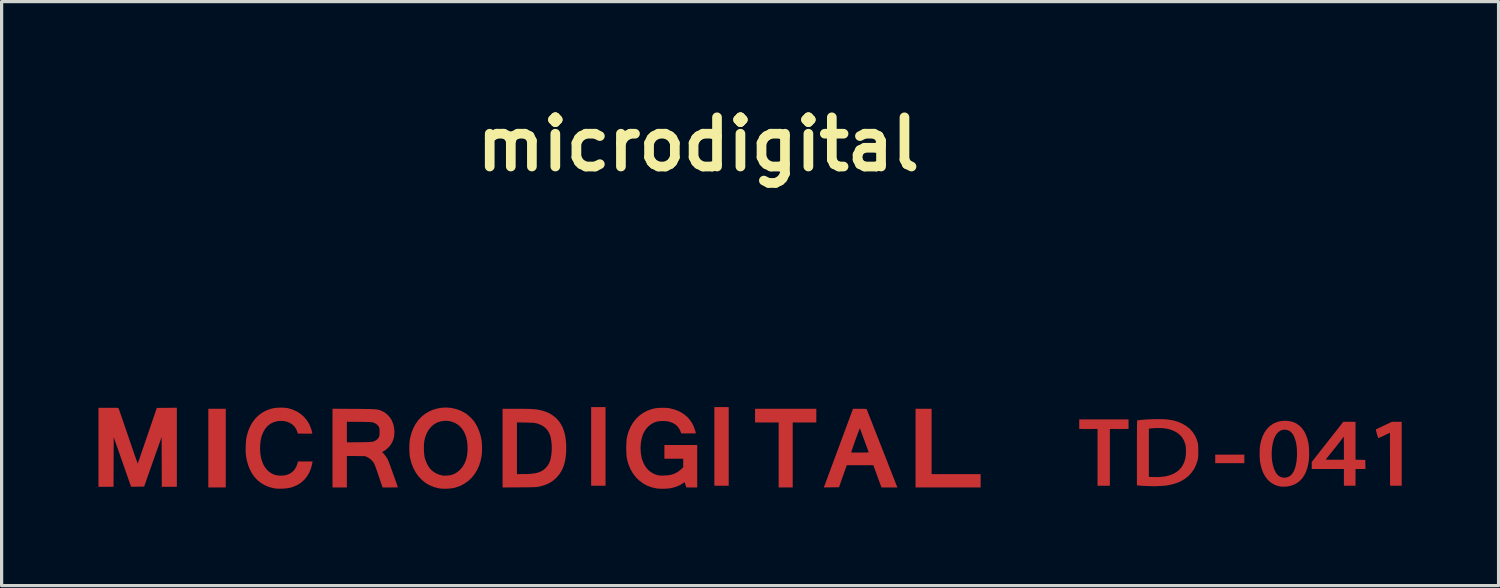
<source format=kicad_pcb>
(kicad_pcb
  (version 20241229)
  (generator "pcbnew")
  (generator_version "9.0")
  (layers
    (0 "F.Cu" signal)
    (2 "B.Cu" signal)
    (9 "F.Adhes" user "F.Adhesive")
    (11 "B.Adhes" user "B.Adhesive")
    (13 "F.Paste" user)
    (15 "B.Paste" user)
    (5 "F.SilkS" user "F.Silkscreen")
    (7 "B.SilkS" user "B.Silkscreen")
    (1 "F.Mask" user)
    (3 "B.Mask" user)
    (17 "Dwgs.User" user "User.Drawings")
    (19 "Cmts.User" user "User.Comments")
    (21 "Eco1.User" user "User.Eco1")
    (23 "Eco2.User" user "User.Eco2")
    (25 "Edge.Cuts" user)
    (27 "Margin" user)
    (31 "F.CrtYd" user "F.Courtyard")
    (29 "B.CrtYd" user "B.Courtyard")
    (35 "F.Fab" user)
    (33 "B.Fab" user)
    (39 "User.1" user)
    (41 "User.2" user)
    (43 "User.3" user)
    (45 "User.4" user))
  (footprint "microdigital"
    (layer "F.Cu")
    (at 20.176 10.818)
    (property "Reference" "microdigital" (at -1.6 -9.4 0) (layer "F.SilkS") (effects (font (size 1.524 1.524) (thickness 0.3))))
    (attr board_only exclude_from_pos_files exclude_from_bom)
    (fp_poly (pts (xy -16.234 1.229) (xy -16.774 1.229) (xy -16.774 -1.208) (xy -16.234 -1.208)) (stroke (width 0) (type solid)) (fill yes) (layer "F.Cu"))
    (fp_poly (pts (xy -4.472 1.176) (xy -4.917 1.176) (xy -4.917 -1.26) (xy -4.472 -1.26)) (stroke (width 0) (type solid)) (fill yes) (layer "F.Cu"))
    (fp_poly (pts (xy -0.657 1.176) (xy -1.102 1.176) (xy -1.102 -1.26) (xy -0.657 -1.26)) (stroke (width 0) (type solid)) (fill yes) (layer "F.Cu"))
    (fp_poly (pts (xy 15.312 0.477) (xy 14.411 0.477) (xy 14.411 0.212) (xy 15.312 0.212)) (stroke (width 0) (type solid)) (fill yes) (layer "F.Cu"))
    (fp_poly (pts (xy 5.627 0.816) (xy 7.145 0.816) (xy 7.145 1.229) (xy 5.129 1.229) (xy 5.129 -1.208) (xy 5.627 -1.208)) (stroke (width 0) (type solid)) (fill yes) (layer "F.Cu"))
    (fp_poly (pts (xy 2.056 -0.784) (xy 1.325 -0.784) (xy 1.325 1.229) (xy 0.89 1.229) (xy 0.89 -0.784) (xy 0.159 -0.784) (xy 0.159 -1.208) (xy 2.056 -1.208)) (stroke (width 0) (type solid)) (fill yes) (layer "F.Cu"))
    (fp_poly (pts (xy 11.726 -0.583) (xy 11.148 -0.583) (xy 11.148 1.176) (xy 10.766 1.176) (xy 10.766 -0.583) (xy 10.199 -0.583) (xy 10.199 -0.879) (xy 11.726 -0.879)) (stroke (width 0) (type solid)) (fill yes) (layer "F.Cu"))
    (fp_poly (pts (xy 20.186 1.176) (xy 19.826 1.176) (xy 19.821 -0.465) (xy 19.642 -0.38) (xy 19.586 -0.353) (xy 19.537 -0.331) (xy 19.497 -0.313) (xy 19.47 -0.302) (xy 19.459 -0.299) (xy 19.459 -0.299) (xy 19.455 -0.311) (xy 19.446 -0.338) (xy 19.435 -0.376) (xy 19.422 -0.419) (xy 19.409 -0.464) (xy 19.397 -0.506) (xy 19.389 -0.54) (xy 19.384 -0.562) (xy 19.383 -0.567) (xy 19.393 -0.572) (xy 19.42 -0.585) (xy 19.461 -0.604) (xy 19.513 -0.629) (xy 19.574 -0.658) (xy 19.634 -0.687) (xy 19.882 -0.805) (xy 20.186 -0.805)) (stroke (width 0) (type solid)) (fill yes) (layer "F.Cu"))
    (fp_poly (pts (xy 18.756 0.37) (xy 18.907 0.373) (xy 19.058 0.376) (xy 19.064 0.657) (xy 18.756 0.657) (xy 18.756 1.176) (xy 18.396 1.176) (xy 18.396 0.657) (xy 17.4 0.657) (xy 17.4 0.439) (xy 17.458 0.365) (xy 17.834 0.365) (xy 17.844 0.367) (xy 17.873 0.368) (xy 17.917 0.369) (xy 17.974 0.37) (xy 18.042 0.371) (xy 18.115 0.371) (xy 18.396 0.371) (xy 18.396 0.008) (xy 18.395 -0.076) (xy 18.395 -0.153) (xy 18.394 -0.22) (xy 18.392 -0.275) (xy 18.39 -0.316) (xy 18.389 -0.339) (xy 18.387 -0.344) (xy 18.377 -0.331) (xy 18.359 -0.305) (xy 18.335 -0.272) (xy 18.329 -0.262) (xy 18.31 -0.236) (xy 18.28 -0.197) (xy 18.241 -0.146) (xy 18.194 -0.087) (xy 18.142 -0.021) (xy 18.087 0.047) (xy 18.057 0.084) (xy 18.004 0.15) (xy 17.955 0.21) (xy 17.913 0.263) (xy 17.878 0.307) (xy 17.852 0.34) (xy 17.837 0.36) (xy 17.834 0.365) (xy 17.458 0.365) (xy 17.889 -0.183) (xy 18.378 -0.805) (xy 18.756 -0.805)) (stroke (width 0) (type solid)) (fill yes) (layer "F.Cu"))
    (fp_poly (pts (xy -17.749 1.208) (xy -18.215 1.208) (xy -18.218 0.439) (xy -18.221 -0.33) (xy -18.492 0.436) (xy -18.762 1.202) (xy -18.964 1.205) (xy -19.166 1.208) (xy -19.256 0.951) (xy -19.279 0.887) (xy -19.307 0.807) (xy -19.34 0.713) (xy -19.376 0.61) (xy -19.414 0.5) (xy -19.454 0.387) (xy -19.494 0.274) (xy -19.525 0.183) (xy -19.704 -0.328) (xy -19.71 1.208) (xy -20.176 1.208) (xy -20.176 -1.239) (xy -19.869 -1.239) (xy -19.78 -1.239) (xy -19.71 -1.239) (xy -19.656 -1.238) (xy -19.616 -1.237) (xy -19.589 -1.235) (xy -19.571 -1.232) (xy -19.56 -1.228) (xy -19.554 -1.224) (xy -19.553 -1.221) (xy -19.548 -1.208) (xy -19.537 -1.177) (xy -19.52 -1.129) (xy -19.498 -1.065) (xy -19.471 -0.987) (xy -19.44 -0.897) (xy -19.405 -0.795) (xy -19.367 -0.684) (xy -19.326 -0.565) (xy -19.283 -0.439) (xy -19.253 -0.352) (xy -19.209 -0.223) (xy -19.167 -0.101) (xy -19.128 0.014) (xy -19.091 0.12) (xy -19.058 0.215) (xy -19.029 0.299) (xy -19.004 0.369) (xy -18.984 0.425) (xy -18.97 0.464) (xy -18.962 0.486) (xy -18.96 0.49) (xy -18.956 0.479) (xy -18.946 0.45) (xy -18.93 0.403) (xy -18.908 0.341) (xy -18.882 0.264) (xy -18.852 0.175) (xy -18.817 0.074) (xy -18.779 -0.036) (xy -18.739 -0.154) (xy -18.696 -0.28) (xy -18.663 -0.376) (xy -18.369 -1.234) (xy -18.059 -1.237) (xy -17.749 -1.24)) (stroke (width 0) (type solid)) (fill yes) (layer "F.Cu"))
    (fp_poly (pts (xy -7.095 -1.207) (xy -6.981 -1.206) (xy -6.884 -1.205) (xy -6.801 -1.202) (xy -6.729 -1.198) (xy -6.666 -1.193) (xy -6.61 -1.187) (xy -6.559 -1.179) (xy -6.509 -1.169) (xy -6.469 -1.16) (xy -6.35 -1.126) (xy -6.243 -1.083) (xy -6.144 -1.028) (xy -6.119 -1.012) (xy -6.014 -0.93) (xy -5.924 -0.835) (xy -5.849 -0.726) (xy -5.788 -0.602) (xy -5.742 -0.464) (xy -5.71 -0.31) (xy -5.693 -0.142) (xy -5.689 -0.011) (xy -5.694 0.165) (xy -5.71 0.323) (xy -5.739 0.466) (xy -5.78 0.596) (xy -5.834 0.713) (xy -5.901 0.819) (xy -5.982 0.915) (xy -5.998 0.932) (xy -6.085 1.009) (xy -6.178 1.073) (xy -6.28 1.125) (xy -6.397 1.168) (xy -6.492 1.194) (xy -6.518 1.2) (xy -6.542 1.205) (xy -6.566 1.21) (xy -6.591 1.213) (xy -6.62 1.216) (xy -6.654 1.219) (xy -6.697 1.22) (xy -6.751 1.222) (xy -6.816 1.223) (xy -6.896 1.224) (xy -6.992 1.225) (xy -7.107 1.226) (xy -7.134 1.226) (xy -7.661 1.23) (xy -7.661 -0.786) (xy -7.216 -0.786) (xy -7.216 0.816) (xy -7.039 0.815) (xy -6.97 0.815) (xy -6.899 0.813) (xy -6.833 0.81) (xy -6.779 0.806) (xy -6.761 0.805) (xy -6.648 0.789) (xy -6.553 0.765) (xy -6.471 0.732) (xy -6.399 0.689) (xy -6.334 0.634) (xy -6.326 0.626) (xy -6.271 0.562) (xy -6.227 0.492) (xy -6.193 0.412) (xy -6.168 0.32) (xy -6.149 0.211) (xy -6.146 0.185) (xy -6.137 0.048) (xy -6.139 -0.089) (xy -6.152 -0.221) (xy -6.173 -0.334) (xy -6.21 -0.44) (xy -6.262 -0.533) (xy -6.33 -0.611) (xy -6.414 -0.675) (xy -6.513 -0.725) (xy -6.598 -0.754) (xy -6.628 -0.761) (xy -6.658 -0.767) (xy -6.692 -0.771) (xy -6.735 -0.774) (xy -6.788 -0.777) (xy -6.855 -0.779) (xy -6.94 -0.781) (xy -6.949 -0.781) (xy -7.216 -0.786) (xy -7.661 -0.786) (xy -7.661 -1.208) (xy -7.228 -1.208)) (stroke (width 0) (type solid)) (fill yes) (layer "F.Cu"))
    (fp_poly (pts (xy 16.7 -0.828) (xy 16.815 -0.8) (xy 16.919 -0.755) (xy 17.012 -0.692) (xy 17.094 -0.612) (xy 17.164 -0.514) (xy 17.222 -0.4) (xy 17.268 -0.269) (xy 17.3 -0.132) (xy 17.309 -0.061) (xy 17.315 0.024) (xy 17.319 0.119) (xy 17.319 0.216) (xy 17.316 0.31) (xy 17.31 0.395) (xy 17.301 0.465) (xy 17.3 0.466) (xy 17.267 0.613) (xy 17.223 0.743) (xy 17.167 0.856) (xy 17.1 0.953) (xy 17.02 1.035) (xy 16.952 1.087) (xy 16.852 1.142) (xy 16.74 1.18) (xy 16.622 1.202) (xy 16.501 1.206) (xy 16.43 1.2) (xy 16.361 1.185) (xy 16.286 1.16) (xy 16.213 1.127) (xy 16.213 1.127) (xy 16.117 1.065) (xy 16.032 0.985) (xy 15.959 0.889) (xy 15.897 0.776) (xy 15.848 0.647) (xy 15.812 0.503) (xy 15.803 0.457) (xy 15.795 0.393) (xy 15.789 0.314) (xy 15.786 0.227) (xy 15.786 0.141) (xy 16.16 0.141) (xy 16.162 0.283) (xy 16.174 0.418) (xy 16.198 0.542) (xy 16.233 0.653) (xy 16.278 0.75) (xy 16.309 0.799) (xy 16.364 0.859) (xy 16.428 0.9) (xy 16.499 0.922) (xy 16.576 0.926) (xy 16.654 0.909) (xy 16.681 0.898) (xy 16.742 0.861) (xy 16.796 0.804) (xy 16.842 0.73) (xy 16.88 0.639) (xy 16.909 0.531) (xy 16.93 0.41) (xy 16.942 0.274) (xy 16.944 0.174) (xy 16.94 0.035) (xy 16.927 -0.088) (xy 16.905 -0.198) (xy 16.873 -0.297) (xy 16.848 -0.356) (xy 16.804 -0.433) (xy 16.753 -0.49) (xy 16.694 -0.53) (xy 16.649 -0.547) (xy 16.569 -0.561) (xy 16.495 -0.554) (xy 16.426 -0.529) (xy 16.364 -0.484) (xy 16.309 -0.423) (xy 16.261 -0.344) (xy 16.222 -0.249) (xy 16.192 -0.138) (xy 16.172 -0.012) (xy 16.171 -0.007) (xy 16.16 0.141) (xy 15.786 0.141) (xy 15.786 0.139) (xy 15.788 0.054) (xy 15.793 -0.02) (xy 15.799 -0.069) (xy 15.831 -0.217) (xy 15.876 -0.351) (xy 15.935 -0.471) (xy 16.007 -0.575) (xy 16.091 -0.663) (xy 16.187 -0.734) (xy 16.24 -0.763) (xy 16.331 -0.801) (xy 16.423 -0.825) (xy 16.525 -0.835) (xy 16.574 -0.837)) (stroke (width 0) (type solid)) (fill yes) (layer "F.Cu"))
    (fp_poly (pts (xy -2.601 -1.236) (xy -2.524 -1.23) (xy -2.482 -1.223) (xy -2.333 -1.185) (xy -2.197 -1.132) (xy -2.074 -1.062) (xy -1.965 -0.978) (xy -1.872 -0.88) (xy -1.794 -0.768) (xy -1.732 -0.643) (xy -1.688 -0.506) (xy -1.68 -0.474) (xy -1.674 -0.445) (xy -2.128 -0.445) (xy -2.141 -0.485) (xy -2.181 -0.577) (xy -2.237 -0.656) (xy -2.309 -0.721) (xy -2.396 -0.771) (xy -2.499 -0.808) (xy -2.511 -0.811) (xy -2.573 -0.822) (xy -2.647 -0.828) (xy -2.726 -0.829) (xy -2.801 -0.824) (xy -2.866 -0.815) (xy -2.882 -0.811) (xy -2.986 -0.773) (xy -3.081 -0.716) (xy -3.166 -0.643) (xy -3.238 -0.555) (xy -3.296 -0.455) (xy -3.317 -0.404) (xy -3.356 -0.274) (xy -3.379 -0.134) (xy -3.388 0.01) (xy -3.38 0.153) (xy -3.358 0.291) (xy -3.336 0.371) (xy -3.288 0.491) (xy -3.227 0.596) (xy -3.152 0.685) (xy -3.064 0.757) (xy -2.964 0.812) (xy -2.898 0.837) (xy -2.861 0.848) (xy -2.825 0.855) (xy -2.784 0.859) (xy -2.731 0.861) (xy -2.686 0.861) (xy -2.557 0.855) (xy -2.442 0.836) (xy -2.34 0.803) (xy -2.249 0.756) (xy -2.165 0.694) (xy -2.143 0.674) (xy -2.066 0.601) (xy -2.066 0.339) (xy -2.649 0.339) (xy -2.649 -0.085) (xy -1.632 -0.085) (xy -1.632 1.229) (xy -1.969 1.229) (xy -2.025 1.06) (xy -2.074 1.098) (xy -2.166 1.156) (xy -2.275 1.204) (xy -2.395 1.239) (xy -2.48 1.256) (xy -2.55 1.263) (xy -2.631 1.268) (xy -2.717 1.269) (xy -2.799 1.267) (xy -2.87 1.262) (xy -2.887 1.259) (xy -3.034 1.228) (xy -3.172 1.177) (xy -3.301 1.109) (xy -3.418 1.023) (xy -3.524 0.922) (xy -3.615 0.806) (xy -3.693 0.677) (xy -3.75 0.544) (xy -3.777 0.466) (xy -3.797 0.393) (xy -3.812 0.321) (xy -3.822 0.244) (xy -3.828 0.158) (xy -3.83 0.057) (xy -3.831 0.011) (xy -3.829 -0.097) (xy -3.825 -0.189) (xy -3.817 -0.269) (xy -3.804 -0.343) (xy -3.786 -0.415) (xy -3.762 -0.49) (xy -3.751 -0.523) (xy -3.688 -0.664) (xy -3.61 -0.793) (xy -3.518 -0.907) (xy -3.412 -1.006) (xy -3.294 -1.088) (xy -3.164 -1.154) (xy -3.024 -1.202) (xy -2.928 -1.224) (xy -2.857 -1.232) (xy -2.774 -1.237) (xy -2.687 -1.239)) (stroke (width 0) (type solid)) (fill yes) (layer "F.Cu"))
    (fp_poly (pts (xy -14.44 -1.241) (xy -14.361 -1.235) (xy -14.3 -1.225) (xy -14.159 -1.182) (xy -14.029 -1.123) (xy -13.913 -1.047) (xy -13.81 -0.957) (xy -13.722 -0.852) (xy -13.65 -0.734) (xy -13.595 -0.603) (xy -13.58 -0.555) (xy -13.568 -0.513) (xy -13.559 -0.477) (xy -13.554 -0.454) (xy -13.553 -0.449) (xy -13.556 -0.444) (xy -13.567 -0.44) (xy -13.588 -0.438) (xy -13.621 -0.436) (xy -13.67 -0.436) (xy -13.736 -0.436) (xy -13.777 -0.437) (xy -14 -0.44) (xy -14.02 -0.501) (xy -14.057 -0.588) (xy -14.111 -0.664) (xy -14.179 -0.726) (xy -14.26 -0.776) (xy -14.351 -0.811) (xy -14.45 -0.83) (xy -14.556 -0.833) (xy -14.641 -0.823) (xy -14.749 -0.793) (xy -14.846 -0.746) (xy -14.931 -0.681) (xy -15.004 -0.599) (xy -15.065 -0.501) (xy -15.113 -0.387) (xy -15.126 -0.347) (xy -15.152 -0.231) (xy -15.167 -0.104) (xy -15.172 0.029) (xy -15.165 0.159) (xy -15.147 0.281) (xy -15.147 0.284) (xy -15.112 0.414) (xy -15.064 0.529) (xy -15.003 0.628) (xy -14.931 0.711) (xy -14.847 0.776) (xy -14.752 0.825) (xy -14.676 0.848) (xy -14.618 0.858) (xy -14.548 0.862) (xy -14.475 0.86) (xy -14.407 0.854) (xy -14.353 0.843) (xy -14.257 0.805) (xy -14.176 0.751) (xy -14.108 0.682) (xy -14.055 0.597) (xy -14.016 0.496) (xy -14.009 0.469) (xy -13.997 0.424) (xy -13.545 0.424) (xy -13.559 0.5) (xy -13.596 0.643) (xy -13.65 0.773) (xy -13.719 0.889) (xy -13.803 0.992) (xy -13.902 1.08) (xy -14.014 1.152) (xy -14.14 1.208) (xy -14.23 1.236) (xy -14.304 1.251) (xy -14.392 1.261) (xy -14.487 1.267) (xy -14.581 1.268) (xy -14.669 1.264) (xy -14.731 1.256) (xy -14.877 1.22) (xy -15.011 1.167) (xy -15.134 1.097) (xy -15.244 1.01) (xy -15.341 0.908) (xy -15.425 0.79) (xy -15.494 0.658) (xy -15.55 0.511) (xy -15.59 0.352) (xy -15.61 0.229) (xy -15.616 0.154) (xy -15.618 0.066) (xy -15.617 -0.029) (xy -15.613 -0.125) (xy -15.606 -0.217) (xy -15.596 -0.297) (xy -15.588 -0.342) (xy -15.545 -0.501) (xy -15.487 -0.647) (xy -15.414 -0.778) (xy -15.327 -0.895) (xy -15.227 -0.997) (xy -15.114 -1.082) (xy -14.989 -1.151) (xy -14.852 -1.202) (xy -14.766 -1.224) (xy -14.697 -1.235) (xy -14.615 -1.241) (xy -14.527 -1.244)) (stroke (width 0) (type solid)) (fill yes) (layer "F.Cu"))
    (fp_poly (pts (xy 3.478 -1.207) (xy 3.536 -1.206) (xy 3.576 -1.204) (xy 3.602 -1.201) (xy 3.614 -1.197) (xy 3.616 -1.194) (xy 3.621 -1.183) (xy 3.632 -1.153) (xy 3.651 -1.107) (xy 3.675 -1.045) (xy 3.704 -0.969) (xy 3.739 -0.881) (xy 3.778 -0.783) (xy 3.82 -0.675) (xy 3.865 -0.559) (xy 3.913 -0.437) (xy 3.963 -0.31) (xy 4.014 -0.179) (xy 4.066 -0.047) (xy 4.118 0.086) (xy 4.17 0.218) (xy 4.221 0.347) (xy 4.27 0.473) (xy 4.317 0.593) (xy 4.361 0.705) (xy 4.402 0.81) (xy 4.439 0.904) (xy 4.472 0.987) (xy 4.499 1.057) (xy 4.521 1.113) (xy 4.537 1.153) (xy 4.546 1.175) (xy 4.547 1.178) (xy 4.567 1.229) (xy 4.074 1.229) (xy 3.822 0.54) (xy 3.001 0.54) (xy 2.984 0.585) (xy 2.976 0.607) (xy 2.962 0.645) (xy 2.944 0.698) (xy 2.921 0.761) (xy 2.896 0.833) (xy 2.869 0.909) (xy 2.863 0.927) (xy 2.759 1.223) (xy 2.289 1.229) (xy 2.32 1.147) (xy 2.357 1.046) (xy 2.398 0.936) (xy 2.442 0.816) (xy 2.489 0.69) (xy 2.538 0.558) (xy 2.589 0.421) (xy 2.64 0.282) (xy 2.69 0.148) (xy 3.135 0.148) (xy 3.406 0.148) (xy 3.479 0.148) (xy 3.545 0.147) (xy 3.601 0.146) (xy 3.643 0.144) (xy 3.669 0.142) (xy 3.677 0.14) (xy 3.674 0.129) (xy 3.664 0.101) (xy 3.648 0.058) (xy 3.629 0.004) (xy 3.606 -0.06) (xy 3.58 -0.13) (xy 3.553 -0.205) (xy 3.525 -0.28) (xy 3.498 -0.354) (xy 3.472 -0.424) (xy 3.449 -0.488) (xy 3.429 -0.542) (xy 3.413 -0.584) (xy 3.406 -0.604) (xy 3.401 -0.597) (xy 3.391 -0.573) (xy 3.376 -0.533) (xy 3.356 -0.482) (xy 3.333 -0.42) (xy 3.308 -0.352) (xy 3.281 -0.278) (xy 3.254 -0.203) (xy 3.228 -0.128) (xy 3.203 -0.056) (xy 3.18 0.011) (xy 3.16 0.069) (xy 3.145 0.117) (xy 3.143 0.124) (xy 3.135 0.148) (xy 2.69 0.148) (xy 2.692 0.141) (xy 2.745 0.001) (xy 2.796 -0.139) (xy 2.847 -0.275) (xy 2.896 -0.407) (xy 2.943 -0.534) (xy 2.987 -0.653) (xy 3.028 -0.764) (xy 3.065 -0.864) (xy 3.098 -0.954) (xy 3.126 -1.03) (xy 3.149 -1.092) (xy 3.167 -1.139) (xy 3.177 -1.168) (xy 3.181 -1.178) (xy 3.192 -1.208) (xy 3.401 -1.208)) (stroke (width 0) (type solid)) (fill yes) (layer "F.Cu"))
    (fp_poly (pts (xy -9.243 -1.233) (xy -9.097 -1.2) (xy -8.957 -1.149) (xy -8.825 -1.079) (xy -8.794 -1.059) (xy -8.738 -1.016) (xy -8.677 -0.962) (xy -8.617 -0.902) (xy -8.563 -0.842) (xy -8.523 -0.789) (xy -8.451 -0.666) (xy -8.39 -0.529) (xy -8.342 -0.385) (xy -8.313 -0.248) (xy -8.305 -0.183) (xy -8.3 -0.104) (xy -8.297 -0.017) (xy -8.297 0.071) (xy -8.3 0.153) (xy -8.305 0.223) (xy -8.308 0.243) (xy -8.34 0.405) (xy -8.389 0.557) (xy -8.454 0.697) (xy -8.533 0.824) (xy -8.627 0.938) (xy -8.734 1.036) (xy -8.854 1.119) (xy -8.985 1.186) (xy -9.127 1.234) (xy -9.134 1.236) (xy -9.211 1.252) (xy -9.3 1.262) (xy -9.396 1.268) (xy -9.491 1.268) (xy -9.579 1.263) (xy -9.637 1.255) (xy -9.784 1.217) (xy -9.921 1.161) (xy -10.046 1.088) (xy -10.159 0.998) (xy -10.26 0.892) (xy -10.348 0.771) (xy -10.421 0.636) (xy -10.481 0.487) (xy -10.524 0.324) (xy -10.529 0.301) (xy -10.539 0.237) (xy -10.545 0.157) (xy -10.548 0.069) (xy -10.549 0.019) (xy -10.098 0.019) (xy -10.095 0.108) (xy -10.089 0.193) (xy -10.079 0.269) (xy -10.068 0.322) (xy -10.039 0.409) (xy -10.001 0.496) (xy -9.956 0.578) (xy -9.914 0.638) (xy -9.844 0.71) (xy -9.758 0.771) (xy -9.663 0.819) (xy -9.56 0.851) (xy -9.522 0.859) (xy -9.466 0.863) (xy -9.399 0.862) (xy -9.329 0.856) (xy -9.264 0.846) (xy -9.243 0.841) (xy -9.153 0.808) (xy -9.068 0.758) (xy -8.986 0.689) (xy -8.975 0.678) (xy -8.898 0.586) (xy -8.836 0.48) (xy -8.789 0.36) (xy -8.759 0.228) (xy -8.745 0.083) (xy -8.745 -0.045) (xy -8.758 -0.19) (xy -8.786 -0.32) (xy -8.827 -0.438) (xy -8.884 -0.544) (xy -8.886 -0.548) (xy -8.955 -0.636) (xy -9.036 -0.709) (xy -9.128 -0.766) (xy -9.228 -0.807) (xy -9.334 -0.83) (xy -9.442 -0.836) (xy -9.552 -0.823) (xy -9.66 -0.792) (xy -9.712 -0.769) (xy -9.804 -0.711) (xy -9.886 -0.636) (xy -9.956 -0.545) (xy -10.014 -0.44) (xy -10.058 -0.321) (xy -10.083 -0.217) (xy -10.092 -0.15) (xy -10.097 -0.069) (xy -10.098 0.019) (xy -10.549 0.019) (xy -10.549 -0.024) (xy -10.546 -0.114) (xy -10.54 -0.196) (xy -10.532 -0.265) (xy -10.529 -0.28) (xy -10.487 -0.445) (xy -10.43 -0.596) (xy -10.358 -0.733) (xy -10.272 -0.855) (xy -10.173 -0.961) (xy -10.06 -1.052) (xy -9.935 -1.126) (xy -9.799 -1.184) (xy -9.651 -1.223) (xy -9.542 -1.24) (xy -9.393 -1.247)) (stroke (width 0) (type solid)) (fill yes) (layer "F.Cu"))
    (fp_poly (pts (xy 12.816 -0.884) (xy 12.938 -0.875) (xy 13.049 -0.859) (xy 13.15 -0.837) (xy 13.245 -0.808) (xy 13.336 -0.772) (xy 13.389 -0.747) (xy 13.512 -0.675) (xy 13.619 -0.591) (xy 13.709 -0.493) (xy 13.782 -0.383) (xy 13.838 -0.26) (xy 13.862 -0.185) (xy 13.871 -0.151) (xy 13.877 -0.119) (xy 13.881 -0.083) (xy 13.884 -0.04) (xy 13.885 0.016) (xy 13.886 0.088) (xy 13.886 0.101) (xy 13.886 0.174) (xy 13.885 0.231) (xy 13.883 0.276) (xy 13.879 0.313) (xy 13.874 0.347) (xy 13.866 0.382) (xy 13.862 0.397) (xy 13.815 0.537) (xy 13.752 0.664) (xy 13.672 0.778) (xy 13.577 0.879) (xy 13.466 0.966) (xy 13.341 1.039) (xy 13.201 1.097) (xy 13.048 1.141) (xy 12.881 1.17) (xy 12.732 1.182) (xy 12.679 1.184) (xy 12.631 1.186) (xy 12.593 1.188) (xy 12.573 1.19) (xy 12.553 1.19) (xy 12.515 1.19) (xy 12.464 1.189) (xy 12.403 1.188) (xy 12.337 1.186) (xy 12.329 1.185) (xy 12.259 1.183) (xy 12.192 1.18) (xy 12.131 1.177) (xy 12.083 1.173) (xy 12.051 1.17) (xy 12.051 1.17) (xy 11.985 1.162) (xy 11.985 0.899) (xy 12.356 0.899) (xy 12.406 0.903) (xy 12.51 0.908) (xy 12.62 0.908) (xy 12.724 0.903) (xy 12.757 0.9) (xy 12.873 0.884) (xy 12.976 0.859) (xy 13.072 0.824) (xy 13.129 0.798) (xy 13.229 0.738) (xy 13.315 0.664) (xy 13.385 0.575) (xy 13.44 0.471) (xy 13.48 0.354) (xy 13.492 0.292) (xy 13.5 0.218) (xy 13.504 0.136) (xy 13.504 0.055) (xy 13.499 -0.021) (xy 13.49 -0.085) (xy 13.485 -0.106) (xy 13.445 -0.217) (xy 13.39 -0.314) (xy 13.318 -0.397) (xy 13.231 -0.466) (xy 13.15 -0.511) (xy 13.077 -0.543) (xy 13.006 -0.568) (xy 12.931 -0.586) (xy 12.845 -0.6) (xy 12.804 -0.605) (xy 12.746 -0.609) (xy 12.673 -0.611) (xy 12.595 -0.611) (xy 12.517 -0.608) (xy 12.447 -0.603) (xy 12.395 -0.597) (xy 12.356 -0.59) (xy 12.356 0.899) (xy 11.985 0.899) (xy 11.985 0.158) (xy 11.985 0.014) (xy 11.985 -0.124) (xy 11.985 -0.254) (xy 11.986 -0.375) (xy 11.987 -0.486) (xy 11.987 -0.584) (xy 11.988 -0.67) (xy 11.989 -0.74) (xy 11.99 -0.794) (xy 11.991 -0.83) (xy 11.992 -0.847) (xy 11.993 -0.848) (xy 12.006 -0.849) (xy 12.035 -0.852) (xy 12.077 -0.858) (xy 12.127 -0.864) (xy 12.128 -0.864) (xy 12.175 -0.869) (xy 12.239 -0.873) (xy 12.315 -0.878) (xy 12.396 -0.882) (xy 12.48 -0.885) (xy 12.525 -0.886) (xy 12.68 -0.888)) (stroke (width 0) (type solid)) (fill yes) (layer "F.Cu"))
    (fp_poly (pts (xy -12.268 -1.205) (xy -12.125 -1.204) (xy -12.001 -1.203) (xy -11.894 -1.201) (xy -11.804 -1.2) (xy -11.727 -1.198) (xy -11.663 -1.195) (xy -11.609 -1.191) (xy -11.565 -1.187) (xy -11.527 -1.181) (xy -11.494 -1.174) (xy -11.465 -1.166) (xy -11.438 -1.156) (xy -11.41 -1.144) (xy -11.381 -1.131) (xy -11.37 -1.126) (xy -11.294 -1.08) (xy -11.221 -1.019) (xy -11.156 -0.947) (xy -11.104 -0.869) (xy -11.092 -0.847) (xy -11.048 -0.737) (xy -11.021 -0.62) (xy -11.01 -0.502) (xy -11.016 -0.384) (xy -11.039 -0.272) (xy -11.079 -0.169) (xy -11.083 -0.163) (xy -11.14 -0.071) (xy -11.215 0.011) (xy -11.301 0.08) (xy -11.337 0.103) (xy -11.365 0.119) (xy -11.385 0.131) (xy -11.39 0.134) (xy -11.386 0.142) (xy -11.37 0.157) (xy -11.367 0.159) (xy -11.336 0.189) (xy -11.301 0.232) (xy -11.264 0.284) (xy -11.231 0.338) (xy -11.205 0.387) (xy -11.197 0.407) (xy -11.183 0.444) (xy -11.164 0.494) (xy -11.141 0.555) (xy -11.116 0.625) (xy -11.088 0.701) (xy -11.059 0.78) (xy -11.031 0.86) (xy -11.003 0.938) (xy -10.977 1.012) (xy -10.953 1.079) (xy -10.933 1.136) (xy -10.918 1.181) (xy -10.908 1.212) (xy -10.904 1.225) (xy -10.904 1.225) (xy -10.914 1.226) (xy -10.942 1.227) (xy -10.986 1.228) (xy -11.041 1.228) (xy -11.106 1.229) (xy -11.141 1.229) (xy -11.378 1.229) (xy -11.497 0.877) (xy -11.525 0.793) (xy -11.553 0.713) (xy -11.579 0.64) (xy -11.603 0.577) (xy -11.622 0.527) (xy -11.636 0.492) (xy -11.643 0.478) (xy -11.695 0.407) (xy -11.761 0.345) (xy -11.835 0.298) (xy -11.844 0.293) (xy -11.916 0.26) (xy -12.199 0.256) (xy -12.483 0.253) (xy -12.483 1.229) (xy -12.928 1.229) (xy -12.928 -0.806) (xy -12.483 -0.806) (xy -12.483 -0.168) (xy -12.099 -0.172) (xy -11.994 -0.173) (xy -11.909 -0.175) (xy -11.84 -0.176) (xy -11.786 -0.178) (xy -11.744 -0.181) (xy -11.712 -0.184) (xy -11.687 -0.187) (xy -11.668 -0.192) (xy -11.661 -0.194) (xy -11.594 -0.224) (xy -11.539 -0.265) (xy -11.499 -0.313) (xy -11.495 -0.32) (xy -11.484 -0.343) (xy -11.477 -0.366) (xy -11.473 -0.395) (xy -11.471 -0.436) (xy -11.471 -0.487) (xy -11.471 -0.542) (xy -11.473 -0.582) (xy -11.478 -0.61) (xy -11.485 -0.633) (xy -11.495 -0.654) (xy -11.532 -0.703) (xy -11.586 -0.746) (xy -11.651 -0.777) (xy -11.661 -0.781) (xy -11.678 -0.786) (xy -11.699 -0.79) (xy -11.727 -0.793) (xy -11.764 -0.795) (xy -11.811 -0.798) (xy -11.872 -0.799) (xy -11.948 -0.801) (xy -12.042 -0.802) (xy -12.099 -0.802) (xy -12.483 -0.806) (xy -12.928 -0.806) (xy -12.928 -1.209)) (stroke (width 0) (type solid)) (fill yes) (layer "F.Cu")))
  (gr_rect
    (start -3 -3)
    (end 43.362 15.087)
    (stroke (width 0.1) (type default))
    (fill no)
    (layer "Edge.Cuts")))
</source>
